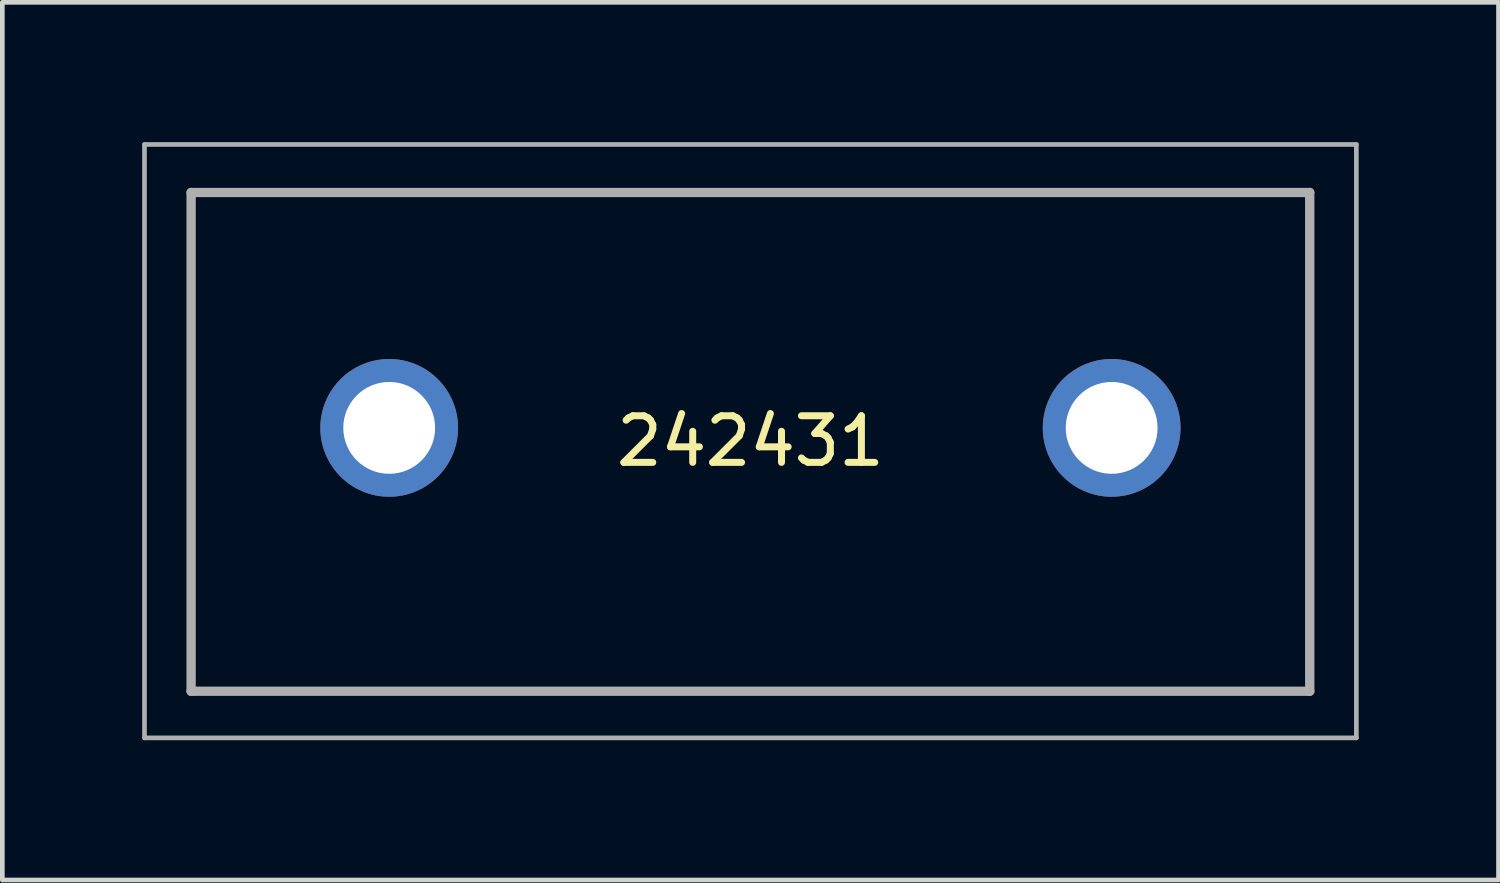
<source format=kicad_pcb>
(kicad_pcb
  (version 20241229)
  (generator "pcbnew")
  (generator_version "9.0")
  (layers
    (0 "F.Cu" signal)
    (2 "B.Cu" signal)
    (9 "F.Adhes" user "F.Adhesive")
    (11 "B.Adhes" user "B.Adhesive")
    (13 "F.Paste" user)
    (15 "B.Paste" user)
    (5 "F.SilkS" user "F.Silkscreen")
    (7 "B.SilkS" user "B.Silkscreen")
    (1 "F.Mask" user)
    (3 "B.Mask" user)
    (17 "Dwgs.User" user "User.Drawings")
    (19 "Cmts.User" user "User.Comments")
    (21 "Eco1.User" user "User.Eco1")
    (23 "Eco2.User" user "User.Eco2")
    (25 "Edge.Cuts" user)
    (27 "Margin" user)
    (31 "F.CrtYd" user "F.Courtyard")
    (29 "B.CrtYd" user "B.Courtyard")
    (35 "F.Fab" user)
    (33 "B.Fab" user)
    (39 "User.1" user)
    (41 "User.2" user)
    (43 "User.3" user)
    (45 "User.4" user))
  (footprint "242431"
    (layer "F.Cu")
    (at 5.3 6.13)
    (property "Reference" "242431" (at 7.75 0.285 0) (layer "F.SilkS") (effects (font (size 1 1) (thickness 0.15))))
    (attr through_hole)
    (fp_line (start -4.25 -5.08) (end 19.75 -5.08) (stroke (width 0.1) (type solid)) (layer "F.SilkS"))
    (fp_line (start -4.25 5.65) (end -4.25 -5.08) (stroke (width 0.1) (type solid)) (layer "F.SilkS"))
    (fp_line (start 19.75 -5.08) (end 19.75 5.65) (stroke (width 0.1) (type solid)) (layer "F.SilkS"))
    (fp_line (start 19.75 5.65) (end -4.25 5.65) (stroke (width 0.1) (type solid)) (layer "F.SilkS"))
    (fp_line (start -5.25 -6.08) (end 20.75 -6.08) (stroke (width 0.1) (type solid)) (layer "F.Fab"))
    (fp_line (start -5.25 6.65) (end -5.25 -6.08) (stroke (width 0.1) (type solid)) (layer "F.Fab"))
    (fp_line (start -4.25 -5.05) (end 19.75 -5.05) (stroke (width 0.2) (type solid)) (layer "F.Fab"))
    (fp_line (start -4.25 5.65) (end -4.25 -5.05) (stroke (width 0.2) (type solid)) (layer "F.Fab"))
    (fp_line (start 19.75 -5.05) (end 19.75 5.65) (stroke (width 0.2) (type solid)) (layer "F.Fab"))
    (fp_line (start 19.75 5.65) (end -4.25 5.65) (stroke (width 0.2) (type solid)) (layer "F.Fab"))
    (fp_line (start 20.75 -6.08) (end 20.75 6.65) (stroke (width 0.1) (type solid)) (layer "F.Fab"))
    (fp_line (start 20.75 6.65) (end -5.25 6.65) (stroke (width 0.1) (type solid)) (layer "F.Fab"))
    (pad "1" thru_hole circle (at 0 0) (size 2.955 2.955) (drill 1.97) (layers "*.Cu" "*.Mask"))
    (pad "2" thru_hole circle (at 15.5 0) (size 2.955 2.955) (drill 1.97) (layers "*.Cu" "*.Mask")))
  (gr_rect
    (start -3 -3)
    (end 29.1 15.83)
    (stroke (width 0.1) (type default))
    (fill no)
    (layer "Edge.Cuts")))
</source>
